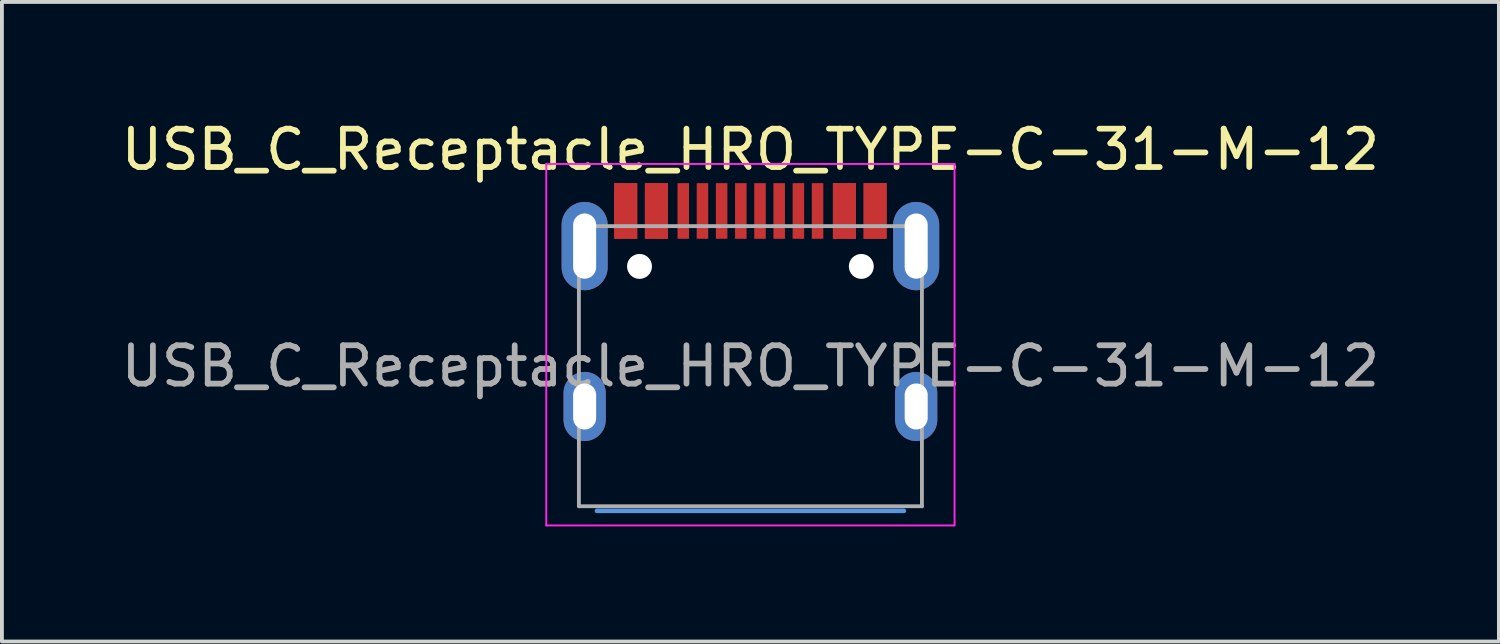
<source format=kicad_pcb>
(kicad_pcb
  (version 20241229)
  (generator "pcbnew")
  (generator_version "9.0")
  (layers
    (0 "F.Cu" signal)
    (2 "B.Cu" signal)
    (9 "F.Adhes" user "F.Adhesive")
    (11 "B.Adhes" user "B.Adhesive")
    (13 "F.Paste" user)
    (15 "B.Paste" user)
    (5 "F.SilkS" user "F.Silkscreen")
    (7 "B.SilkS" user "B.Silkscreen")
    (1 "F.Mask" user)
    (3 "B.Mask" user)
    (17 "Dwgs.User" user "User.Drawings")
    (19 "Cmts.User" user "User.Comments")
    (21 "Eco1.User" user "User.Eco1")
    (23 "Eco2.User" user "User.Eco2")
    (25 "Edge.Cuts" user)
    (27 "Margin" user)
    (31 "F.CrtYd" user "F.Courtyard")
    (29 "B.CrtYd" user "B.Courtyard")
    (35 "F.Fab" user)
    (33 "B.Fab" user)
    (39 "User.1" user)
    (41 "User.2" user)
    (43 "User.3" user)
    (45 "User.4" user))
  (footprint "USB_C_Receptacle_HRO_TYPE-C-31-M-12"
    (layer "F.Cu")
    (at 16.506 6.493)
    (property "Reference" "USB_C_Receptacle_HRO_TYPE-C-31-M-12" (at 0 -5.645 180) (layer "F.SilkS") (effects (font (size 1 1) (thickness 0.15))))
    (attr smd)
    (fp_line (start -4 3.77) (end 4 3.77) (stroke (width 0.12) (type solid)) (layer "Cmts.User"))
    (fp_line (start -5.32 -5.27) (end -5.32 4.15) (stroke (width 0.05) (type solid)) (layer "F.CrtYd"))
    (fp_line (start -5.32 -5.27) (end 5.32 -5.27) (stroke (width 0.05) (type solid)) (layer "F.CrtYd"))
    (fp_line (start -5.32 4.15) (end 5.32 4.15) (stroke (width 0.05) (type solid)) (layer "F.CrtYd"))
    (fp_line (start 5.32 -5.27) (end 5.32 4.15) (stroke (width 0.05) (type solid)) (layer "F.CrtYd"))
    (fp_line (start -4.47 -3.65) (end -4.47 3.65) (stroke (width 0.1) (type solid)) (layer "F.Fab"))
    (fp_line (start -4.47 -3.65) (end 4.47 -3.65) (stroke (width 0.1) (type solid)) (layer "F.Fab"))
    (fp_line (start -4.47 3.65) (end 4.47 3.65) (stroke (width 0.1) (type solid)) (layer "F.Fab"))
    (fp_line (start 4.47 -3.65) (end 4.47 3.65) (stroke (width 0.1) (type solid)) (layer "F.Fab"))
    (fp_text user "${REFERENCE}" (at 0 0 180) (layer "F.Fab") (effects (font (size 1 1) (thickness 0.15))))
    (pad "" np_thru_hole circle (at -2.89 -2.6) (size 0.65 0.65) (drill 0.65) (layers "*.Cu" "*.Mask"))
    (pad "" np_thru_hole circle (at 2.89 -2.6) (size 0.65 0.65) (drill 0.65) (layers "*.Cu" "*.Mask"))
    (pad "A1" smd rect (at -3.25 -4.045) (size 0.6 1.45) (layers "F.Cu" "F.Mask" "F.Paste"))
    (pad "A4" smd rect (at -2.45 -4.045) (size 0.6 1.45) (layers "F.Cu" "F.Mask" "F.Paste"))
    (pad "A5" smd rect (at -1.25 -4.045) (size 0.3 1.45) (layers "F.Cu" "F.Mask" "F.Paste"))
    (pad "A6" smd rect (at -0.25 -4.045) (size 0.3 1.45) (layers "F.Cu" "F.Mask" "F.Paste"))
    (pad "A7" smd rect (at 0.25 -4.045) (size 0.3 1.45) (layers "F.Cu" "F.Mask" "F.Paste"))
    (pad "A8" smd rect (at 1.25 -4.045) (size 0.3 1.45) (layers "F.Cu" "F.Mask" "F.Paste"))
    (pad "A9" smd rect (at 2.45 -4.045) (size 0.6 1.45) (layers "F.Cu" "F.Mask" "F.Paste"))
    (pad "A12" smd rect (at 3.25 -4.045) (size 0.6 1.45) (layers "F.Cu" "F.Mask" "F.Paste"))
    (pad "B1" smd rect (at 3.25 -4.045) (size 0.6 1.45) (layers "F.Cu" "F.Mask" "F.Paste"))
    (pad "B4" smd rect (at 2.45 -4.045) (size 0.6 1.45) (layers "F.Cu" "F.Mask" "F.Paste"))
    (pad "B5" smd rect (at 1.75 -4.045) (size 0.3 1.45) (layers "F.Cu" "F.Mask" "F.Paste"))
    (pad "B6" smd rect (at 0.75 -4.045) (size 0.3 1.45) (layers "F.Cu" "F.Mask" "F.Paste"))
    (pad "B7" smd rect (at -0.75 -4.045) (size 0.3 1.45) (layers "F.Cu" "F.Mask" "F.Paste"))
    (pad "B8" smd rect (at -1.75 -4.045) (size 0.3 1.45) (layers "F.Cu" "F.Mask" "F.Paste"))
    (pad "B9" smd rect (at -2.45 -4.045) (size 0.6 1.45) (layers "F.Cu" "F.Mask" "F.Paste"))
    (pad "B12" smd rect (at -3.25 -4.045) (size 0.6 1.45) (layers "F.Cu" "F.Mask" "F.Paste"))
    (pad "S1" thru_hole oval (at -4.32 -3.13) (size 1.2 2.3) (drill oval 0.6 1.7) (layers "*.Cu" "*.Mask"))
    (pad "S1" thru_hole oval (at -4.32 1.05) (size 1.1 1.8) (drill oval 0.6 1.2) (layers "*.Cu" "*.Mask"))
    (pad "S1" thru_hole oval (at 4.32 -3.13) (size 1.2 2.3) (drill oval 0.6 1.7) (layers "*.Cu" "*.Mask"))
    (pad "S1" thru_hole oval (at 4.32 1.05) (size 1.1 1.8) (drill oval 0.6 1.2) (layers "*.Cu" "*.Mask")))
  (gr_rect
    (start -3 -3)
    (end 36.012 13.668)
    (stroke (width 0.1) (type default))
    (fill no)
    (layer "Edge.Cuts")))
</source>
